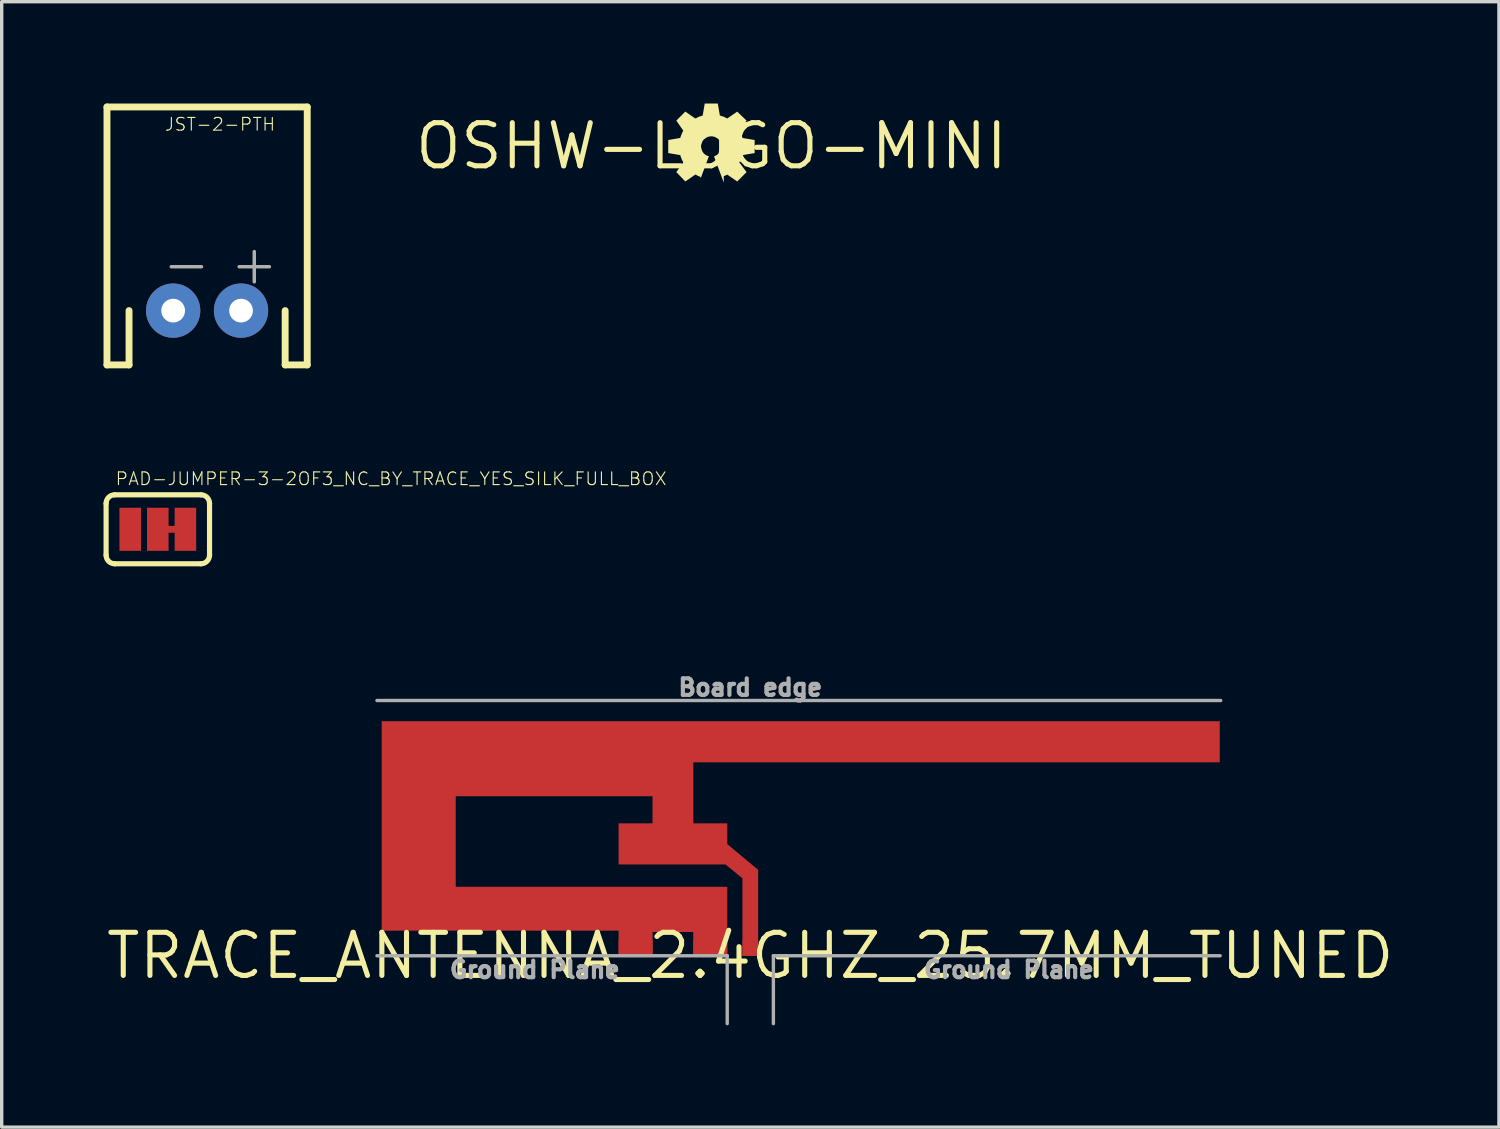
<source format=kicad_pcb>
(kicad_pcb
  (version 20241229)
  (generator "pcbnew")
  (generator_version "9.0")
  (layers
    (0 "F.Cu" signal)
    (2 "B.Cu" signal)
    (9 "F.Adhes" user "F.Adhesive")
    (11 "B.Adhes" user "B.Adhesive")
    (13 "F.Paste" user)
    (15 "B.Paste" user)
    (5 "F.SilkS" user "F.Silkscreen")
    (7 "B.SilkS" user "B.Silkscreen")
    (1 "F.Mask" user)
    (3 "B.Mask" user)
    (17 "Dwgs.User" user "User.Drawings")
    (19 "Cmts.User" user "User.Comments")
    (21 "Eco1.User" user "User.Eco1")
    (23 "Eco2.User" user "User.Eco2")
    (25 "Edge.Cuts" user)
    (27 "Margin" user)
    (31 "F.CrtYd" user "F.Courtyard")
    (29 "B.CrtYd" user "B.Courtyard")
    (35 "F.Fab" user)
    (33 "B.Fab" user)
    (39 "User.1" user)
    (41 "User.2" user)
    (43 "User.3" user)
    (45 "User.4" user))
  (footprint "OSHW-LOGO-MINI"
    (layer "F.Cu")
    (at 17.91 1.255)
    (property "Reference" "OSHW-LOGO-MINI" (at 0 0 0) (layer "F.SilkS") (effects (font (size 1.27 1.27) (thickness 0.15))))
    (fp_poly (pts (xy 0.249 -0.904) (xy 0.266 -0.895) (xy 0.276 -0.895) (xy 0.296 -0.885) (xy 0.306 -0.885) (xy 0.326 -0.875) (xy 0.352 -0.875) (xy 0.369 -0.859) (xy 0.376 -0.855) (xy 0.386 -0.855) (xy 0.419 -0.839) (xy 0.429 -0.829) (xy 0.436 -0.825) (xy 0.446 -0.825) (xy 0.468 -0.814) (xy 0.761 -1.016) (xy 1.037 -0.752) (xy 0.824 -0.458) (xy 0.828 -0.45) (xy 0.845 -0.433) (xy 0.845 -0.413) (xy 0.848 -0.41) (xy 0.858 -0.39) (xy 0.875 -0.373) (xy 0.875 -0.353) (xy 0.885 -0.343) (xy 0.885 -0.316) (xy 0.888 -0.31) (xy 0.905 -0.293) (xy 0.905 -0.273) (xy 0.915 -0.263) (xy 0.915 -0.24) (xy 1.275 -0.18) (xy 1.275 0.205) (xy 0.915 0.266) (xy 0.915 0.272) (xy 0.905 0.292) (xy 0.905 0.302) (xy 0.895 0.322) (xy 0.895 0.332) (xy 0.875 0.372) (xy 0.875 0.382) (xy 0.858 0.415) (xy 0.848 0.425) (xy 0.845 0.432) (xy 0.845 0.442) (xy 0.828 0.475) (xy 0.822 0.48) (xy 1.037 0.766) (xy 0.761 1.042) (xy 0.465 0.838) (xy 0.452 0.851) (xy 0.442 0.851) (xy 0.432 0.861) (xy 0.412 0.861) (xy 0.402 0.871) (xy 0.392 0.871) (xy 0.382 0.881) (xy 0.372 0.881) (xy 0.365 0.888) (xy 0.365 1.075) (xy 0.079 0.304) (xy 0.164 0.261) (xy 0.184 0.241) (xy 0.204 0.231) (xy 0.235 0.2) (xy 0.245 0.18) (xy 0.265 0.16) (xy 0.271 0.148) (xy 0.281 0.118) (xy 0.289 0.104) (xy 0.289 0.086) (xy 0.299 0.056) (xy 0.299 -0.021) (xy 0.289 -0.051) (xy 0.289 -0.076) (xy 0.272 -0.101) (xy 0.262 -0.131) (xy 0.227 -0.183) (xy 0.192 -0.218) (xy 0.14 -0.253) (xy 0.11 -0.263) (xy 0.085 -0.279) (xy 0.06 -0.279) (xy 0.03 -0.289) (xy -0.029 -0.289) (xy -0.069 -0.279) (xy -0.092 -0.279) (xy -0.117 -0.263) (xy -0.147 -0.253) (xy -0.169 -0.238) (xy -0.189 -0.218) (xy -0.219 -0.198) (xy -0.234 -0.183) (xy -0.269 -0.131) (xy -0.305 -0.021) (xy -0.305 0.026) (xy -0.295 0.056) (xy -0.295 0.084) (xy -0.278 0.118) (xy -0.268 0.148) (xy -0.252 0.18) (xy -0.232 0.2) (xy -0.222 0.22) (xy -0.211 0.231) (xy -0.191 0.241) (xy -0.171 0.261) (xy -0.139 0.277) (xy -0.074 0.299) (xy -0.308 0.931) (xy -0.349 0.891) (xy -0.369 0.891) (xy -0.379 0.881) (xy -0.389 0.881) (xy -0.399 0.871) (xy -0.409 0.871) (xy -0.419 0.861) (xy -0.429 0.861) (xy -0.439 0.851) (xy -0.449 0.851) (xy -0.459 0.841) (xy -0.469 0.841) (xy -0.472 0.838) (xy -0.768 1.042) (xy -1.033 0.766) (xy -0.828 0.479) (xy -0.831 0.472) (xy -0.831 0.462) (xy -0.835 0.455) (xy -0.845 0.445) (xy -0.855 0.425) (xy -0.871 0.408) (xy -0.871 0.388) (xy -0.881 0.378) (xy -0.881 0.352) (xy -0.885 0.345) (xy -0.901 0.328) (xy -0.901 0.308) (xy -0.911 0.298) (xy -0.911 0.272) (xy -0.914 0.266) (xy -1.271 0.205) (xy -1.271 -0.179) (xy -0.92 -0.24) (xy -0.911 -0.256) (xy -0.911 -0.266) (xy -0.901 -0.286) (xy -0.901 -0.296) (xy -0.881 -0.336) (xy -0.881 -0.346) (xy -0.865 -0.38) (xy -0.861 -0.383) (xy -0.861 -0.403) (xy -0.845 -0.42) (xy -0.835 -0.44) (xy -0.831 -0.443) (xy -0.831 -0.46) (xy -1.033 -0.752) (xy -0.768 -1.017) (xy -0.472 -0.813) (xy -0.459 -0.825) (xy -0.439 -0.825) (xy -0.436 -0.829) (xy -0.416 -0.839) (xy -0.399 -0.855) (xy -0.379 -0.855) (xy -0.376 -0.859) (xy -0.342 -0.875) (xy -0.332 -0.875) (xy -0.312 -0.885) (xy -0.299 -0.885) (xy -0.289 -0.895) (xy -0.262 -0.895) (xy -0.257 -0.898) (xy -0.195 -1.255) (xy 0.189 -1.255)) (stroke (width 0) (type default)) (fill yes) (layer "F.SilkS")))
  (footprint "TRACE_ANTENNA_2.4GHZ_25.7MM_TUNED"
    (layer "F.Cu")
    (at 19.057 25.11)
    (property "Reference" "TRACE_ANTENNA_2.4GHZ_25.7MM_TUNED" (at 0 0 0) (layer "F.SilkS") (effects (font (size 1.27 1.27) (thickness 0.15))))
    (fp_poly (pts (xy 13.832 -5.699) (xy -1.679 -5.699) (xy -1.679 -3.901) (xy -0.679 -3.901) (xy -0.679 -3.291) (xy 0.231 -2.531) (xy 0.231 0.001) (xy -0.231 0.001) (xy -0.231 -2.279) (xy -0.73 -2.689) (xy -3.881 -2.689) (xy -3.881 -3.901) (xy -2.881 -3.901) (xy -2.881 -4.699) (xy -8.679 -4.699) (xy -8.679 -2.031) (xy -0.679 -2.031) (xy -0.679 0.001) (xy -1.681 0.001) (xy -1.681 -0.699) (xy -2.879 -0.699) (xy -2.879 0.001) (xy -3.881 0.001) (xy -3.881 -0.739) (xy -10.861 -0.739) (xy -10.861 -6.911) (xy 13.832 -6.911)) (stroke (width 0) (type default)) (fill yes) (layer "F.Cu"))
    (fp_line (start -11 -7.52) (end 13.861 -7.52) (stroke (width 0.1) (type solid)) (layer "F.Fab"))
    (fp_line (start -0.68 0) (end -11 0) (stroke (width 0.1) (type solid)) (layer "F.Fab"))
    (fp_line (start -0.68 2) (end -0.68 0) (stroke (width 0.1) (type solid)) (layer "F.Fab"))
    (fp_line (start 0.68 0) (end 0.68 2) (stroke (width 0.1) (type solid)) (layer "F.Fab"))
    (fp_line (start 0.68 0) (end 13.843 0) (stroke (width 0.1) (type solid)) (layer "F.Fab"))
    (fp_text user "Ground Plane" (at -6.35 0.127 0) (layer "F.Fab") (effects (font (size 0.488 0.488) (thickness 0.122)) (justify top)))
    (fp_text user "Board edge" (at 0 -7.62 0) (layer "F.Fab") (effects (font (size 0.488 0.488) (thickness 0.122)) (justify bottom)))
    (fp_text user "Ground Plane" (at 7.62 0.127 0) (layer "F.Fab") (effects (font (size 0.488 0.488) (thickness 0.122)) (justify top)))
    (pad "ANT" smd rect (at 0 -0.23) (size 0.46 0.46) (layers "F.Cu"))
    (pad "GND" smd rect (at -1.18 -0.23) (size 1 0.46) (layers "F.Cu"))
    (pad "GND2" smd rect (at -3.38 -0.23) (size 1 0.46) (layers "F.Cu")))
  (footprint "PAD-JUMPER-3-2OF3_NC_BY_TRACE_YES_SILK_FULL_BOX"
    (layer "F.Cu")
    (at 1.6 12.545)
    (property "Reference" "PAD-JUMPER-3-2OF3_NC_BY_TRACE_YES_SILK_FULL_BOX" (at -1.27 -1.27 0) (layer "F.SilkS") (effects (font (size 0.374 0.374) (thickness 0.033)) (justify left bottom)))
    (fp_line (start 0 0) (end 0.635 0) (stroke (width 0.203) (type solid)) (layer "F.Cu"))
    (fp_line (start -1.524 0.762) (end -1.524 -0.762) (stroke (width 0.152) (type solid)) (layer "F.SilkS"))
    (fp_line (start -1.27 -1.016) (end 1.27 -1.016) (stroke (width 0.152) (type solid)) (layer "F.SilkS"))
    (fp_line (start 1.27 1.016) (end -1.27 1.016) (stroke (width 0.152) (type solid)) (layer "F.SilkS"))
    (fp_line (start 1.524 0.762) (end 1.524 -0.762) (stroke (width 0.152) (type solid)) (layer "F.SilkS"))
    (fp_arc (start -1.524 -0.762) (mid -1.449605 -0.941605) (end -1.27 -1.016) (stroke (width 0.1524) (type solid)) (layer "F.SilkS"))
    (fp_arc (start -1.27 1.016) (mid -1.449605 0.941605) (end -1.524 0.762) (stroke (width 0.1524) (type solid)) (layer "F.SilkS"))
    (fp_arc (start 1.27 -1.016) (mid 1.449605 -0.941605) (end 1.524 -0.762) (stroke (width 0.1524) (type solid)) (layer "F.SilkS"))
    (fp_arc (start 1.524 0.762) (mid 1.449605 0.941605) (end 1.27 1.016) (stroke (width 0.1524) (type solid)) (layer "F.SilkS"))
    (pad "1" smd rect (at -0.813 0) (size 0.635 1.27) (layers "F.Cu" "F.Mask"))
    (pad "2" smd rect (at 0 0) (size 0.635 1.27) (layers "F.Cu" "F.Mask"))
    (pad "3" smd rect (at 0.813 0) (size 0.635 1.27) (layers "F.Cu" "F.Mask")))
  (footprint "JST-2-PTH"
    (layer "F.Cu")
    (at 3.052 6.102)
    (property "Reference" "JST-2-PTH" (at -1.27 -5.27 0) (layer "F.SilkS") (effects (font (size 0.374 0.374) (thickness 0.033)) (justify left bottom)))
    (fp_line (start -2.95 -6) (end 2.95 -6) (stroke (width 0.203) (type solid)) (layer "F.SilkS"))
    (fp_line (start -2.95 1.6) (end -2.95 -6) (stroke (width 0.203) (type solid)) (layer "F.SilkS"))
    (fp_line (start -2.95 1.6) (end -2.3 1.6) (stroke (width 0.203) (type solid)) (layer "F.SilkS"))
    (fp_line (start -2.3 1.6) (end -2.3 0) (stroke (width 0.203) (type solid)) (layer "F.SilkS"))
    (fp_line (start 2.3 1.6) (end 2.3 0) (stroke (width 0.203) (type solid)) (layer "F.SilkS"))
    (fp_line (start 2.95 -6) (end 2.95 1.6) (stroke (width 0.203) (type solid)) (layer "F.SilkS"))
    (fp_line (start 2.95 1.6) (end 2.3 1.6) (stroke (width 0.203) (type solid)) (layer "F.SilkS"))
    (fp_text user "+" (at 0.6 -0.7 0) (layer "F.Fab") (effects (font (size 1.168 1.168) (thickness 0.102)) (justify left bottom)))
    (fp_text user "-" (at -1.4 -0.7 0) (layer "F.Fab") (effects (font (size 1.168 1.168) (thickness 0.102)) (justify left bottom)))
    (pad "1" thru_hole circle (at -1 0) (size 1.6 1.6) (drill 0.7) (layers "*.Cu" "*.Mask"))
    (pad "2" thru_hole circle (at 1 0) (size 1.6 1.6) (drill 0.7) (layers "*.Cu" "*.Mask")))
  (gr_rect
    (start -3 -3)
    (end 41.115 30.16)
    (stroke (width 0.1) (type default))
    (fill no)
    (layer "Edge.Cuts")))
</source>
